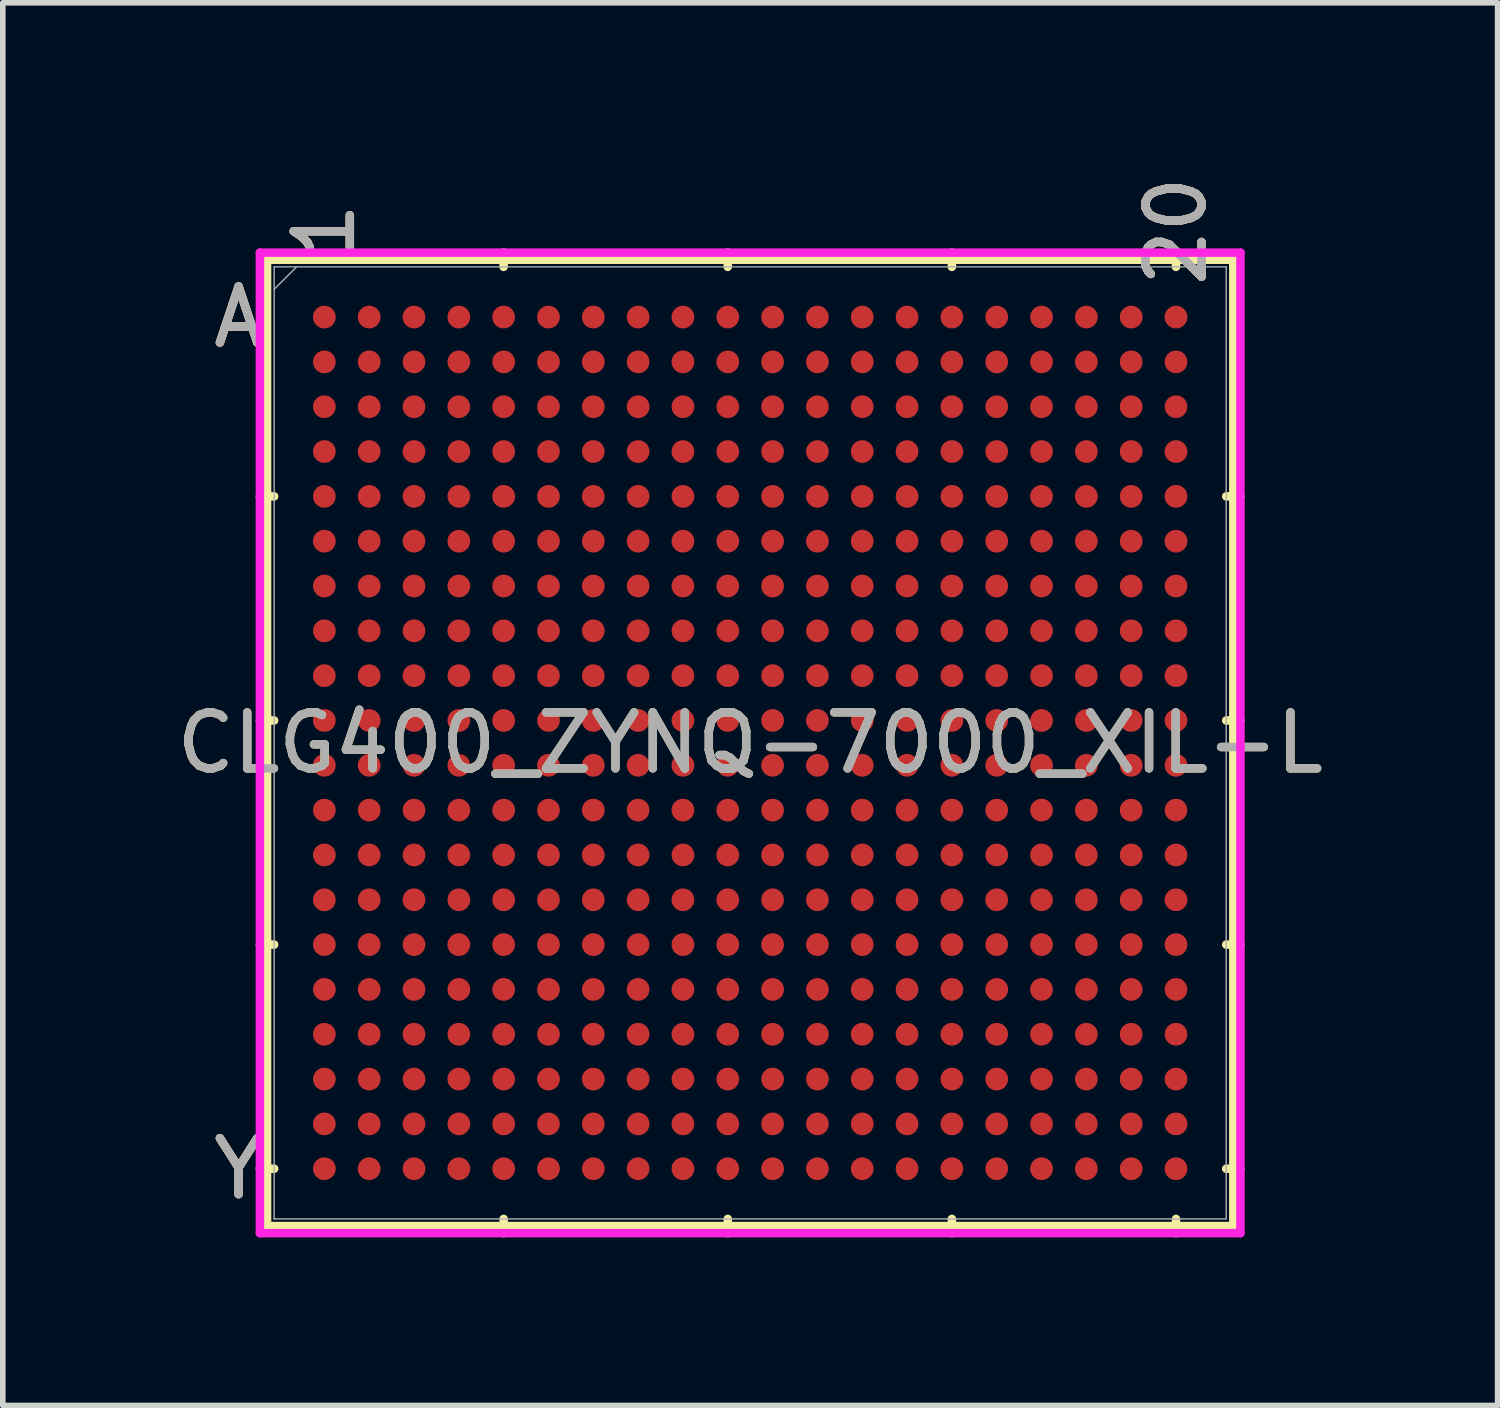
<source format=kicad_pcb>
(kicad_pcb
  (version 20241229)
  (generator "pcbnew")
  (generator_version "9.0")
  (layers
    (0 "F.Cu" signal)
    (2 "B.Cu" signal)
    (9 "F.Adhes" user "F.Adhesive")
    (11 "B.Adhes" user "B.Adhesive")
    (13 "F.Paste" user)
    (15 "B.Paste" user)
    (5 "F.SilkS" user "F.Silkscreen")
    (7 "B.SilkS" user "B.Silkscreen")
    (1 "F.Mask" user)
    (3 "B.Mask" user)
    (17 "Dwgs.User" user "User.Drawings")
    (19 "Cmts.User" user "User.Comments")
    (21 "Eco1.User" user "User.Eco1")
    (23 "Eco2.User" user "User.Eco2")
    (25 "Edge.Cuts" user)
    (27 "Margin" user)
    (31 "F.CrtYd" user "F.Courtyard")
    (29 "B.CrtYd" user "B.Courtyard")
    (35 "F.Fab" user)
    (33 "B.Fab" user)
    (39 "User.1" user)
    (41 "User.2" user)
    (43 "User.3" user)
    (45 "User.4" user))
  (footprint "CLG400_ZYNQ-7000_XIL-L"
    (layer "F.Cu")
    (at 10.339 10.209)
    (property "Reference" "CLG400_ZYNQ-7000_XIL-L" (at 0 0 0) (unlocked yes) (layer "F.SilkS") (effects (font (size 1 1) (thickness 0.15))))
    (attr smd)
    (fp_line (start -8.623 -8.623) (end -8.623 8.623) (stroke (width 0.152) (type solid)) (layer "F.SilkS"))
    (fp_line (start -8.623 8.623) (end 8.623 8.623) (stroke (width 0.152) (type solid)) (layer "F.SilkS"))
    (fp_line (start -8.496 -4.4) (end -8.75 -4.4) (stroke (width 0.152) (type solid)) (layer "F.SilkS"))
    (fp_line (start -8.496 -0.4) (end -8.75 -0.4) (stroke (width 0.152) (type solid)) (layer "F.SilkS"))
    (fp_line (start -8.496 3.6) (end -8.75 3.6) (stroke (width 0.152) (type solid)) (layer "F.SilkS"))
    (fp_line (start -8.496 7.6) (end -8.75 7.6) (stroke (width 0.152) (type solid)) (layer "F.SilkS"))
    (fp_line (start -4.4 -8.496) (end -4.4 -8.75) (stroke (width 0.152) (type solid)) (layer "F.SilkS"))
    (fp_line (start -4.4 8.496) (end -4.4 8.75) (stroke (width 0.152) (type solid)) (layer "F.SilkS"))
    (fp_line (start -0.4 -8.496) (end -0.4 -8.75) (stroke (width 0.152) (type solid)) (layer "F.SilkS"))
    (fp_line (start -0.4 8.496) (end -0.4 8.75) (stroke (width 0.152) (type solid)) (layer "F.SilkS"))
    (fp_line (start 3.6 -8.496) (end 3.6 -8.75) (stroke (width 0.152) (type solid)) (layer "F.SilkS"))
    (fp_line (start 3.6 8.496) (end 3.6 8.75) (stroke (width 0.152) (type solid)) (layer "F.SilkS"))
    (fp_line (start 7.6 -8.496) (end 7.6 -8.75) (stroke (width 0.152) (type solid)) (layer "F.SilkS"))
    (fp_line (start 7.6 8.496) (end 7.6 8.75) (stroke (width 0.152) (type solid)) (layer "F.SilkS"))
    (fp_line (start 8.496 -4.4) (end 8.75 -4.4) (stroke (width 0.152) (type solid)) (layer "F.SilkS"))
    (fp_line (start 8.496 -0.4) (end 8.75 -0.4) (stroke (width 0.152) (type solid)) (layer "F.SilkS"))
    (fp_line (start 8.496 3.6) (end 8.75 3.6) (stroke (width 0.152) (type solid)) (layer "F.SilkS"))
    (fp_line (start 8.496 7.6) (end 8.75 7.6) (stroke (width 0.152) (type solid)) (layer "F.SilkS"))
    (fp_line (start 8.623 -8.623) (end -8.623 -8.623) (stroke (width 0.152) (type solid)) (layer "F.SilkS"))
    (fp_line (start 8.623 8.623) (end 8.623 -8.623) (stroke (width 0.152) (type solid)) (layer "F.SilkS"))
    (fp_poly (pts (xy -8.444 -8.444) (xy 8.444 -8.444) (xy 8.444 8.444) (xy -8.444 8.444)) (stroke (width 0.1) (type solid)) (fill no) (layer "Eco2.User"))
    (fp_line (start -8.75 -8.75) (end 8.75 -8.75) (stroke (width 0.152) (type solid)) (layer "F.CrtYd"))
    (fp_line (start -8.75 8.75) (end -8.75 -8.75) (stroke (width 0.152) (type solid)) (layer "F.CrtYd"))
    (fp_line (start 8.75 -8.75) (end 8.75 8.75) (stroke (width 0.152) (type solid)) (layer "F.CrtYd"))
    (fp_line (start 8.75 8.75) (end -8.75 8.75) (stroke (width 0.152) (type solid)) (layer "F.CrtYd"))
    (fp_line (start -8.496 -8.496) (end -8.496 8.496) (stroke (width 0.025) (type solid)) (layer "F.Fab"))
    (fp_line (start -8.496 8.496) (end 8.496 8.496) (stroke (width 0.025) (type solid)) (layer "F.Fab"))
    (fp_line (start -8.096 -8.496) (end -8.496 -8.096) (stroke (width 0.025) (type solid)) (layer "F.Fab"))
    (fp_line (start 8.496 -8.496) (end -8.496 -8.496) (stroke (width 0.025) (type solid)) (layer "F.Fab"))
    (fp_line (start 8.496 8.496) (end 8.496 -8.496) (stroke (width 0.025) (type solid)) (layer "F.Fab"))
    (fp_text user "20" (at 7.6 -9.131 90) (unlocked yes) (layer "F.SilkS") (effects (font (size 1 1) (thickness 0.15))))
    (fp_text user "A" (at -9.131 -7.6 0) (unlocked yes) (layer "F.SilkS") (effects (font (size 1 1) (thickness 0.15))))
    (fp_text user "1" (at -7.6 -9.131 90) (unlocked yes) (layer "F.SilkS") (effects (font (size 1 1) (thickness 0.15))))
    (fp_text user "Y" (at -9.131 7.6 0) (unlocked yes) (layer "F.SilkS") (effects (font (size 1 1) (thickness 0.15))))
    (fp_text user "20" (at 7.6 -9.131 90) (unlocked yes) (layer "B.SilkS") (effects (font (size 1 1) (thickness 0.15))))
    (fp_text user "Y" (at -9.131 7.6 0) (unlocked yes) (layer "B.SilkS") (effects (font (size 1 1) (thickness 0.15))))
    (fp_text user "1" (at -7.6 -9.131 90) (unlocked yes) (layer "B.SilkS") (effects (font (size 1 1) (thickness 0.15))))
    (fp_text user "A" (at -9.131 -7.6 0) (unlocked yes) (layer "B.SilkS") (effects (font (size 1 1) (thickness 0.15))))
    (fp_text user "Y" (at -9.131 7.6 0) (unlocked yes) (layer "F.Fab") (effects (font (size 1 1) (thickness 0.15))))
    (fp_text user "A" (at -9.131 -7.6 0) (unlocked yes) (layer "F.Fab") (effects (font (size 1 1) (thickness 0.15))))
    (fp_text user "20" (at 7.6 -9.131 90) (unlocked yes) (layer "F.Fab") (effects (font (size 1 1) (thickness 0.15))))
    (fp_text user "1" (at -7.6 -9.131 90) (unlocked yes) (layer "F.Fab") (effects (font (size 1 1) (thickness 0.15))))
    (fp_text user "${REFERENCE}" (at 0 0 0) (unlocked yes) (layer "F.Fab") (effects (font (size 1 1) (thickness 0.15))))
    (pad "A1" smd circle (at -7.6 -7.6) (size 0.406 0.406) (layers "F.Cu" "F.Mask" "F.Paste"))
    (pad "A2" smd circle (at -6.8 -7.6) (size 0.406 0.406) (layers "F.Cu" "F.Mask" "F.Paste"))
    (pad "A3" smd circle (at -6 -7.6) (size 0.406 0.406) (layers "F.Cu" "F.Mask" "F.Paste"))
    (pad "A4" smd circle (at -5.2 -7.6) (size 0.406 0.406) (layers "F.Cu" "F.Mask" "F.Paste"))
    (pad "A5" smd circle (at -4.4 -7.6) (size 0.406 0.406) (layers "F.Cu" "F.Mask" "F.Paste"))
    (pad "A6" smd circle (at -3.6 -7.6) (size 0.406 0.406) (layers "F.Cu" "F.Mask" "F.Paste"))
    (pad "A7" smd circle (at -2.8 -7.6) (size 0.406 0.406) (layers "F.Cu" "F.Mask" "F.Paste"))
    (pad "A8" smd circle (at -2 -7.6) (size 0.406 0.406) (layers "F.Cu" "F.Mask" "F.Paste"))
    (pad "A9" smd circle (at -1.2 -7.6) (size 0.406 0.406) (layers "F.Cu" "F.Mask" "F.Paste"))
    (pad "A10" smd circle (at -0.4 -7.6) (size 0.406 0.406) (layers "F.Cu" "F.Mask" "F.Paste"))
    (pad "A11" smd circle (at 0.4 -7.6) (size 0.406 0.406) (layers "F.Cu" "F.Mask" "F.Paste"))
    (pad "A12" smd circle (at 1.2 -7.6) (size 0.406 0.406) (layers "F.Cu" "F.Mask" "F.Paste"))
    (pad "A13" smd circle (at 2 -7.6) (size 0.406 0.406) (layers "F.Cu" "F.Mask" "F.Paste"))
    (pad "A14" smd circle (at 2.8 -7.6) (size 0.406 0.406) (layers "F.Cu" "F.Mask" "F.Paste"))
    (pad "A15" smd circle (at 3.6 -7.6) (size 0.406 0.406) (layers "F.Cu" "F.Mask" "F.Paste"))
    (pad "A16" smd circle (at 4.4 -7.6) (size 0.406 0.406) (layers "F.Cu" "F.Mask" "F.Paste"))
    (pad "A17" smd circle (at 5.2 -7.6) (size 0.406 0.406) (layers "F.Cu" "F.Mask" "F.Paste"))
    (pad "A18" smd circle (at 6 -7.6) (size 0.406 0.406) (layers "F.Cu" "F.Mask" "F.Paste"))
    (pad "A19" smd circle (at 6.8 -7.6) (size 0.406 0.406) (layers "F.Cu" "F.Mask" "F.Paste"))
    (pad "A20" smd circle (at 7.6 -7.6) (size 0.406 0.406) (layers "F.Cu" "F.Mask" "F.Paste"))
    (pad "B1" smd circle (at -7.6 -6.8) (size 0.406 0.406) (layers "F.Cu" "F.Mask" "F.Paste"))
    (pad "B2" smd circle (at -6.8 -6.8) (size 0.406 0.406) (layers "F.Cu" "F.Mask" "F.Paste"))
    (pad "B3" smd circle (at -6 -6.8) (size 0.406 0.406) (layers "F.Cu" "F.Mask" "F.Paste"))
    (pad "B4" smd circle (at -5.2 -6.8) (size 0.406 0.406) (layers "F.Cu" "F.Mask" "F.Paste"))
    (pad "B5" smd circle (at -4.4 -6.8) (size 0.406 0.406) (layers "F.Cu" "F.Mask" "F.Paste"))
    (pad "B6" smd circle (at -3.6 -6.8) (size 0.406 0.406) (layers "F.Cu" "F.Mask" "F.Paste"))
    (pad "B7" smd circle (at -2.8 -6.8) (size 0.406 0.406) (layers "F.Cu" "F.Mask" "F.Paste"))
    (pad "B8" smd circle (at -2 -6.8) (size 0.406 0.406) (layers "F.Cu" "F.Mask" "F.Paste"))
    (pad "B9" smd circle (at -1.2 -6.8) (size 0.406 0.406) (layers "F.Cu" "F.Mask" "F.Paste"))
    (pad "B10" smd circle (at -0.4 -6.8) (size 0.406 0.406) (layers "F.Cu" "F.Mask" "F.Paste"))
    (pad "B11" smd circle (at 0.4 -6.8) (size 0.406 0.406) (layers "F.Cu" "F.Mask" "F.Paste"))
    (pad "B12" smd circle (at 1.2 -6.8) (size 0.406 0.406) (layers "F.Cu" "F.Mask" "F.Paste"))
    (pad "B13" smd circle (at 2 -6.8) (size 0.406 0.406) (layers "F.Cu" "F.Mask" "F.Paste"))
    (pad "B14" smd circle (at 2.8 -6.8) (size 0.406 0.406) (layers "F.Cu" "F.Mask" "F.Paste"))
    (pad "B15" smd circle (at 3.6 -6.8) (size 0.406 0.406) (layers "F.Cu" "F.Mask" "F.Paste"))
    (pad "B16" smd circle (at 4.4 -6.8) (size 0.406 0.406) (layers "F.Cu" "F.Mask" "F.Paste"))
    (pad "B17" smd circle (at 5.2 -6.8) (size 0.406 0.406) (layers "F.Cu" "F.Mask" "F.Paste"))
    (pad "B18" smd circle (at 6 -6.8) (size 0.406 0.406) (layers "F.Cu" "F.Mask" "F.Paste"))
    (pad "B19" smd circle (at 6.8 -6.8) (size 0.406 0.406) (layers "F.Cu" "F.Mask" "F.Paste"))
    (pad "B20" smd circle (at 7.6 -6.8) (size 0.406 0.406) (layers "F.Cu" "F.Mask" "F.Paste"))
    (pad "C1" smd circle (at -7.6 -6) (size 0.406 0.406) (layers "F.Cu" "F.Mask" "F.Paste"))
    (pad "C2" smd circle (at -6.8 -6) (size 0.406 0.406) (layers "F.Cu" "F.Mask" "F.Paste"))
    (pad "C3" smd circle (at -6 -6) (size 0.406 0.406) (layers "F.Cu" "F.Mask" "F.Paste"))
    (pad "C4" smd circle (at -5.2 -6) (size 0.406 0.406) (layers "F.Cu" "F.Mask" "F.Paste"))
    (pad "C5" smd circle (at -4.4 -6) (size 0.406 0.406) (layers "F.Cu" "F.Mask" "F.Paste"))
    (pad "C6" smd circle (at -3.6 -6) (size 0.406 0.406) (layers "F.Cu" "F.Mask" "F.Paste"))
    (pad "C7" smd circle (at -2.8 -6) (size 0.406 0.406) (layers "F.Cu" "F.Mask" "F.Paste"))
    (pad "C8" smd circle (at -2 -6) (size 0.406 0.406) (layers "F.Cu" "F.Mask" "F.Paste"))
    (pad "C9" smd circle (at -1.2 -6) (size 0.406 0.406) (layers "F.Cu" "F.Mask" "F.Paste"))
    (pad "C10" smd circle (at -0.4 -6) (size 0.406 0.406) (layers "F.Cu" "F.Mask" "F.Paste"))
    (pad "C11" smd circle (at 0.4 -6) (size 0.406 0.406) (layers "F.Cu" "F.Mask" "F.Paste"))
    (pad "C12" smd circle (at 1.2 -6) (size 0.406 0.406) (layers "F.Cu" "F.Mask" "F.Paste"))
    (pad "C13" smd circle (at 2 -6) (size 0.406 0.406) (layers "F.Cu" "F.Mask" "F.Paste"))
    (pad "C14" smd circle (at 2.8 -6) (size 0.406 0.406) (layers "F.Cu" "F.Mask" "F.Paste"))
    (pad "C15" smd circle (at 3.6 -6) (size 0.406 0.406) (layers "F.Cu" "F.Mask" "F.Paste"))
    (pad "C16" smd circle (at 4.4 -6) (size 0.406 0.406) (layers "F.Cu" "F.Mask" "F.Paste"))
    (pad "C17" smd circle (at 5.2 -6) (size 0.406 0.406) (layers "F.Cu" "F.Mask" "F.Paste"))
    (pad "C18" smd circle (at 6 -6) (size 0.406 0.406) (layers "F.Cu" "F.Mask" "F.Paste"))
    (pad "C19" smd circle (at 6.8 -6) (size 0.406 0.406) (layers "F.Cu" "F.Mask" "F.Paste"))
    (pad "C20" smd circle (at 7.6 -6) (size 0.406 0.406) (layers "F.Cu" "F.Mask" "F.Paste"))
    (pad "D1" smd circle (at -7.6 -5.2) (size 0.406 0.406) (layers "F.Cu" "F.Mask" "F.Paste"))
    (pad "D2" smd circle (at -6.8 -5.2) (size 0.406 0.406) (layers "F.Cu" "F.Mask" "F.Paste"))
    (pad "D3" smd circle (at -6 -5.2) (size 0.406 0.406) (layers "F.Cu" "F.Mask" "F.Paste"))
    (pad "D4" smd circle (at -5.2 -5.2) (size 0.406 0.406) (layers "F.Cu" "F.Mask" "F.Paste"))
    (pad "D5" smd circle (at -4.4 -5.2) (size 0.406 0.406) (layers "F.Cu" "F.Mask" "F.Paste"))
    (pad "D6" smd circle (at -3.6 -5.2) (size 0.406 0.406) (layers "F.Cu" "F.Mask" "F.Paste"))
    (pad "D7" smd circle (at -2.8 -5.2) (size 0.406 0.406) (layers "F.Cu" "F.Mask" "F.Paste"))
    (pad "D8" smd circle (at -2 -5.2) (size 0.406 0.406) (layers "F.Cu" "F.Mask" "F.Paste"))
    (pad "D9" smd circle (at -1.2 -5.2) (size 0.406 0.406) (layers "F.Cu" "F.Mask" "F.Paste"))
    (pad "D10" smd circle (at -0.4 -5.2) (size 0.406 0.406) (layers "F.Cu" "F.Mask" "F.Paste"))
    (pad "D11" smd circle (at 0.4 -5.2) (size 0.406 0.406) (layers "F.Cu" "F.Mask" "F.Paste"))
    (pad "D12" smd circle (at 1.2 -5.2) (size 0.406 0.406) (layers "F.Cu" "F.Mask" "F.Paste"))
    (pad "D13" smd circle (at 2 -5.2) (size 0.406 0.406) (layers "F.Cu" "F.Mask" "F.Paste"))
    (pad "D14" smd circle (at 2.8 -5.2) (size 0.406 0.406) (layers "F.Cu" "F.Mask" "F.Paste"))
    (pad "D15" smd circle (at 3.6 -5.2) (size 0.406 0.406) (layers "F.Cu" "F.Mask" "F.Paste"))
    (pad "D16" smd circle (at 4.4 -5.2) (size 0.406 0.406) (layers "F.Cu" "F.Mask" "F.Paste"))
    (pad "D17" smd circle (at 5.2 -5.2) (size 0.406 0.406) (layers "F.Cu" "F.Mask" "F.Paste"))
    (pad "D18" smd circle (at 6 -5.2) (size 0.406 0.406) (layers "F.Cu" "F.Mask" "F.Paste"))
    (pad "D19" smd circle (at 6.8 -5.2) (size 0.406 0.406) (layers "F.Cu" "F.Mask" "F.Paste"))
    (pad "D20" smd circle (at 7.6 -5.2) (size 0.406 0.406) (layers "F.Cu" "F.Mask" "F.Paste"))
    (pad "E1" smd circle (at -7.6 -4.4) (size 0.406 0.406) (layers "F.Cu" "F.Mask" "F.Paste"))
    (pad "E2" smd circle (at -6.8 -4.4) (size 0.406 0.406) (layers "F.Cu" "F.Mask" "F.Paste"))
    (pad "E3" smd circle (at -6 -4.4) (size 0.406 0.406) (layers "F.Cu" "F.Mask" "F.Paste"))
    (pad "E4" smd circle (at -5.2 -4.4) (size 0.406 0.406) (layers "F.Cu" "F.Mask" "F.Paste"))
    (pad "E5" smd circle (at -4.4 -4.4) (size 0.406 0.406) (layers "F.Cu" "F.Mask" "F.Paste"))
    (pad "E6" smd circle (at -3.6 -4.4) (size 0.406 0.406) (layers "F.Cu" "F.Mask" "F.Paste"))
    (pad "E7" smd circle (at -2.8 -4.4) (size 0.406 0.406) (layers "F.Cu" "F.Mask" "F.Paste"))
    (pad "E8" smd circle (at -2 -4.4) (size 0.406 0.406) (layers "F.Cu" "F.Mask" "F.Paste"))
    (pad "E9" smd circle (at -1.2 -4.4) (size 0.406 0.406) (layers "F.Cu" "F.Mask" "F.Paste"))
    (pad "E10" smd circle (at -0.4 -4.4) (size 0.406 0.406) (layers "F.Cu" "F.Mask" "F.Paste"))
    (pad "E11" smd circle (at 0.4 -4.4) (size 0.406 0.406) (layers "F.Cu" "F.Mask" "F.Paste"))
    (pad "E12" smd circle (at 1.2 -4.4) (size 0.406 0.406) (layers "F.Cu" "F.Mask" "F.Paste"))
    (pad "E13" smd circle (at 2 -4.4) (size 0.406 0.406) (layers "F.Cu" "F.Mask" "F.Paste"))
    (pad "E14" smd circle (at 2.8 -4.4) (size 0.406 0.406) (layers "F.Cu" "F.Mask" "F.Paste"))
    (pad "E15" smd circle (at 3.6 -4.4) (size 0.406 0.406) (layers "F.Cu" "F.Mask" "F.Paste"))
    (pad "E16" smd circle (at 4.4 -4.4) (size 0.406 0.406) (layers "F.Cu" "F.Mask" "F.Paste"))
    (pad "E17" smd circle (at 5.2 -4.4) (size 0.406 0.406) (layers "F.Cu" "F.Mask" "F.Paste"))
    (pad "E18" smd circle (at 6 -4.4) (size 0.406 0.406) (layers "F.Cu" "F.Mask" "F.Paste"))
    (pad "E19" smd circle (at 6.8 -4.4) (size 0.406 0.406) (layers "F.Cu" "F.Mask" "F.Paste"))
    (pad "E20" smd circle (at 7.6 -4.4) (size 0.406 0.406) (layers "F.Cu" "F.Mask" "F.Paste"))
    (pad "F1" smd circle (at -7.6 -3.6) (size 0.406 0.406) (layers "F.Cu" "F.Mask" "F.Paste"))
    (pad "F2" smd circle (at -6.8 -3.6) (size 0.406 0.406) (layers "F.Cu" "F.Mask" "F.Paste"))
    (pad "F3" smd circle (at -6 -3.6) (size 0.406 0.406) (layers "F.Cu" "F.Mask" "F.Paste"))
    (pad "F4" smd circle (at -5.2 -3.6) (size 0.406 0.406) (layers "F.Cu" "F.Mask" "F.Paste"))
    (pad "F5" smd circle (at -4.4 -3.6) (size 0.406 0.406) (layers "F.Cu" "F.Mask" "F.Paste"))
    (pad "F6" smd circle (at -3.6 -3.6) (size 0.406 0.406) (layers "F.Cu" "F.Mask" "F.Paste"))
    (pad "F7" smd circle (at -2.8 -3.6) (size 0.406 0.406) (layers "F.Cu" "F.Mask" "F.Paste"))
    (pad "F8" smd circle (at -2 -3.6) (size 0.406 0.406) (layers "F.Cu" "F.Mask" "F.Paste"))
    (pad "F9" smd circle (at -1.2 -3.6) (size 0.406 0.406) (layers "F.Cu" "F.Mask" "F.Paste"))
    (pad "F10" smd circle (at -0.4 -3.6) (size 0.406 0.406) (layers "F.Cu" "F.Mask" "F.Paste"))
    (pad "F11" smd circle (at 0.4 -3.6) (size 0.406 0.406) (layers "F.Cu" "F.Mask" "F.Paste"))
    (pad "F12" smd circle (at 1.2 -3.6) (size 0.406 0.406) (layers "F.Cu" "F.Mask" "F.Paste"))
    (pad "F13" smd circle (at 2 -3.6) (size 0.406 0.406) (layers "F.Cu" "F.Mask" "F.Paste"))
    (pad "F14" smd circle (at 2.8 -3.6) (size 0.406 0.406) (layers "F.Cu" "F.Mask" "F.Paste"))
    (pad "F15" smd circle (at 3.6 -3.6) (size 0.406 0.406) (layers "F.Cu" "F.Mask" "F.Paste"))
    (pad "F16" smd circle (at 4.4 -3.6) (size 0.406 0.406) (layers "F.Cu" "F.Mask" "F.Paste"))
    (pad "F17" smd circle (at 5.2 -3.6) (size 0.406 0.406) (layers "F.Cu" "F.Mask" "F.Paste"))
    (pad "F18" smd circle (at 6 -3.6) (size 0.406 0.406) (layers "F.Cu" "F.Mask" "F.Paste"))
    (pad "F19" smd circle (at 6.8 -3.6) (size 0.406 0.406) (layers "F.Cu" "F.Mask" "F.Paste"))
    (pad "F20" smd circle (at 7.6 -3.6) (size 0.406 0.406) (layers "F.Cu" "F.Mask" "F.Paste"))
    (pad "G1" smd circle (at -7.6 -2.8) (size 0.406 0.406) (layers "F.Cu" "F.Mask" "F.Paste"))
    (pad "G2" smd circle (at -6.8 -2.8) (size 0.406 0.406) (layers "F.Cu" "F.Mask" "F.Paste"))
    (pad "G3" smd circle (at -6 -2.8) (size 0.406 0.406) (layers "F.Cu" "F.Mask" "F.Paste"))
    (pad "G4" smd circle (at -5.2 -2.8) (size 0.406 0.406) (layers "F.Cu" "F.Mask" "F.Paste"))
    (pad "G5" smd circle (at -4.4 -2.8) (size 0.406 0.406) (layers "F.Cu" "F.Mask" "F.Paste"))
    (pad "G6" smd circle (at -3.6 -2.8) (size 0.406 0.406) (layers "F.Cu" "F.Mask" "F.Paste"))
    (pad "G7" smd circle (at -2.8 -2.8) (size 0.406 0.406) (layers "F.Cu" "F.Mask" "F.Paste"))
    (pad "G8" smd circle (at -2 -2.8) (size 0.406 0.406) (layers "F.Cu" "F.Mask" "F.Paste"))
    (pad "G9" smd circle (at -1.2 -2.8) (size 0.406 0.406) (layers "F.Cu" "F.Mask" "F.Paste"))
    (pad "G10" smd circle (at -0.4 -2.8) (size 0.406 0.406) (layers "F.Cu" "F.Mask" "F.Paste"))
    (pad "G11" smd circle (at 0.4 -2.8) (size 0.406 0.406) (layers "F.Cu" "F.Mask" "F.Paste"))
    (pad "G12" smd circle (at 1.2 -2.8) (size 0.406 0.406) (layers "F.Cu" "F.Mask" "F.Paste"))
    (pad "G13" smd circle (at 2 -2.8) (size 0.406 0.406) (layers "F.Cu" "F.Mask" "F.Paste"))
    (pad "G14" smd circle (at 2.8 -2.8) (size 0.406 0.406) (layers "F.Cu" "F.Mask" "F.Paste"))
    (pad "G15" smd circle (at 3.6 -2.8) (size 0.406 0.406) (layers "F.Cu" "F.Mask" "F.Paste"))
    (pad "G16" smd circle (at 4.4 -2.8) (size 0.406 0.406) (layers "F.Cu" "F.Mask" "F.Paste"))
    (pad "G17" smd circle (at 5.2 -2.8) (size 0.406 0.406) (layers "F.Cu" "F.Mask" "F.Paste"))
    (pad "G18" smd circle (at 6 -2.8) (size 0.406 0.406) (layers "F.Cu" "F.Mask" "F.Paste"))
    (pad "G19" smd circle (at 6.8 -2.8) (size 0.406 0.406) (layers "F.Cu" "F.Mask" "F.Paste"))
    (pad "G20" smd circle (at 7.6 -2.8) (size 0.406 0.406) (layers "F.Cu" "F.Mask" "F.Paste"))
    (pad "H1" smd circle (at -7.6 -2) (size 0.406 0.406) (layers "F.Cu" "F.Mask" "F.Paste"))
    (pad "H2" smd circle (at -6.8 -2) (size 0.406 0.406) (layers "F.Cu" "F.Mask" "F.Paste"))
    (pad "H3" smd circle (at -6 -2) (size 0.406 0.406) (layers "F.Cu" "F.Mask" "F.Paste"))
    (pad "H4" smd circle (at -5.2 -2) (size 0.406 0.406) (layers "F.Cu" "F.Mask" "F.Paste"))
    (pad "H5" smd circle (at -4.4 -2) (size 0.406 0.406) (layers "F.Cu" "F.Mask" "F.Paste"))
    (pad "H6" smd circle (at -3.6 -2) (size 0.406 0.406) (layers "F.Cu" "F.Mask" "F.Paste"))
    (pad "H7" smd circle (at -2.8 -2) (size 0.406 0.406) (layers "F.Cu" "F.Mask" "F.Paste"))
    (pad "H8" smd circle (at -2 -2) (size 0.406 0.406) (layers "F.Cu" "F.Mask" "F.Paste"))
    (pad "H9" smd circle (at -1.2 -2) (size 0.406 0.406) (layers "F.Cu" "F.Mask" "F.Paste"))
    (pad "H10" smd circle (at -0.4 -2) (size 0.406 0.406) (layers "F.Cu" "F.Mask" "F.Paste"))
    (pad "H11" smd circle (at 0.4 -2) (size 0.406 0.406) (layers "F.Cu" "F.Mask" "F.Paste"))
    (pad "H12" smd circle (at 1.2 -2) (size 0.406 0.406) (layers "F.Cu" "F.Mask" "F.Paste"))
    (pad "H13" smd circle (at 2 -2) (size 0.406 0.406) (layers "F.Cu" "F.Mask" "F.Paste"))
    (pad "H14" smd circle (at 2.8 -2) (size 0.406 0.406) (layers "F.Cu" "F.Mask" "F.Paste"))
    (pad "H15" smd circle (at 3.6 -2) (size 0.406 0.406) (layers "F.Cu" "F.Mask" "F.Paste"))
    (pad "H16" smd circle (at 4.4 -2) (size 0.406 0.406) (layers "F.Cu" "F.Mask" "F.Paste"))
    (pad "H17" smd circle (at 5.2 -2) (size 0.406 0.406) (layers "F.Cu" "F.Mask" "F.Paste"))
    (pad "H18" smd circle (at 6 -2) (size 0.406 0.406) (layers "F.Cu" "F.Mask" "F.Paste"))
    (pad "H19" smd circle (at 6.8 -2) (size 0.406 0.406) (layers "F.Cu" "F.Mask" "F.Paste"))
    (pad "H20" smd circle (at 7.6 -2) (size 0.406 0.406) (layers "F.Cu" "F.Mask" "F.Paste"))
    (pad "J1" smd circle (at -7.6 -1.2) (size 0.406 0.406) (layers "F.Cu" "F.Mask" "F.Paste"))
    (pad "J2" smd circle (at -6.8 -1.2) (size 0.406 0.406) (layers "F.Cu" "F.Mask" "F.Paste"))
    (pad "J3" smd circle (at -6 -1.2) (size 0.406 0.406) (layers "F.Cu" "F.Mask" "F.Paste"))
    (pad "J4" smd circle (at -5.2 -1.2) (size 0.406 0.406) (layers "F.Cu" "F.Mask" "F.Paste"))
    (pad "J5" smd circle (at -4.4 -1.2) (size 0.406 0.406) (layers "F.Cu" "F.Mask" "F.Paste"))
    (pad "J6" smd circle (at -3.6 -1.2) (size 0.406 0.406) (layers "F.Cu" "F.Mask" "F.Paste"))
    (pad "J7" smd circle (at -2.8 -1.2) (size 0.406 0.406) (layers "F.Cu" "F.Mask" "F.Paste"))
    (pad "J8" smd circle (at -2 -1.2) (size 0.406 0.406) (layers "F.Cu" "F.Mask" "F.Paste"))
    (pad "J9" smd circle (at -1.2 -1.2) (size 0.406 0.406) (layers "F.Cu" "F.Mask" "F.Paste"))
    (pad "J10" smd circle (at -0.4 -1.2) (size 0.406 0.406) (layers "F.Cu" "F.Mask" "F.Paste"))
    (pad "J11" smd circle (at 0.4 -1.2) (size 0.406 0.406) (layers "F.Cu" "F.Mask" "F.Paste"))
    (pad "J12" smd circle (at 1.2 -1.2) (size 0.406 0.406) (layers "F.Cu" "F.Mask" "F.Paste"))
    (pad "J13" smd circle (at 2 -1.2) (size 0.406 0.406) (layers "F.Cu" "F.Mask" "F.Paste"))
    (pad "J14" smd circle (at 2.8 -1.2) (size 0.406 0.406) (layers "F.Cu" "F.Mask" "F.Paste"))
    (pad "J15" smd circle (at 3.6 -1.2) (size 0.406 0.406) (layers "F.Cu" "F.Mask" "F.Paste"))
    (pad "J16" smd circle (at 4.4 -1.2) (size 0.406 0.406) (layers "F.Cu" "F.Mask" "F.Paste"))
    (pad "J17" smd circle (at 5.2 -1.2) (size 0.406 0.406) (layers "F.Cu" "F.Mask" "F.Paste"))
    (pad "J18" smd circle (at 6 -1.2) (size 0.406 0.406) (layers "F.Cu" "F.Mask" "F.Paste"))
    (pad "J19" smd circle (at 6.8 -1.2) (size 0.406 0.406) (layers "F.Cu" "F.Mask" "F.Paste"))
    (pad "J20" smd circle (at 7.6 -1.2) (size 0.406 0.406) (layers "F.Cu" "F.Mask" "F.Paste"))
    (pad "K1" smd circle (at -7.6 -0.4) (size 0.406 0.406) (layers "F.Cu" "F.Mask" "F.Paste"))
    (pad "K2" smd circle (at -6.8 -0.4) (size 0.406 0.406) (layers "F.Cu" "F.Mask" "F.Paste"))
    (pad "K3" smd circle (at -6 -0.4) (size 0.406 0.406) (layers "F.Cu" "F.Mask" "F.Paste"))
    (pad "K4" smd circle (at -5.2 -0.4) (size 0.406 0.406) (layers "F.Cu" "F.Mask" "F.Paste"))
    (pad "K5" smd circle (at -4.4 -0.4) (size 0.406 0.406) (layers "F.Cu" "F.Mask" "F.Paste"))
    (pad "K6" smd circle (at -3.6 -0.4) (size 0.406 0.406) (layers "F.Cu" "F.Mask" "F.Paste"))
    (pad "K7" smd circle (at -2.8 -0.4) (size 0.406 0.406) (layers "F.Cu" "F.Mask" "F.Paste"))
    (pad "K8" smd circle (at -2 -0.4) (size 0.406 0.406) (layers "F.Cu" "F.Mask" "F.Paste"))
    (pad "K9" smd circle (at -1.2 -0.4) (size 0.406 0.406) (layers "F.Cu" "F.Mask" "F.Paste"))
    (pad "K10" smd circle (at -0.4 -0.4) (size 0.406 0.406) (layers "F.Cu" "F.Mask" "F.Paste"))
    (pad "K11" smd circle (at 0.4 -0.4) (size 0.406 0.406) (layers "F.Cu" "F.Mask" "F.Paste"))
    (pad "K12" smd circle (at 1.2 -0.4) (size 0.406 0.406) (layers "F.Cu" "F.Mask" "F.Paste"))
    (pad "K13" smd circle (at 2 -0.4) (size 0.406 0.406) (layers "F.Cu" "F.Mask" "F.Paste"))
    (pad "K14" smd circle (at 2.8 -0.4) (size 0.406 0.406) (layers "F.Cu" "F.Mask" "F.Paste"))
    (pad "K15" smd circle (at 3.6 -0.4) (size 0.406 0.406) (layers "F.Cu" "F.Mask" "F.Paste"))
    (pad "K16" smd circle (at 4.4 -0.4) (size 0.406 0.406) (layers "F.Cu" "F.Mask" "F.Paste"))
    (pad "K17" smd circle (at 5.2 -0.4) (size 0.406 0.406) (layers "F.Cu" "F.Mask" "F.Paste"))
    (pad "K18" smd circle (at 6 -0.4) (size 0.406 0.406) (layers "F.Cu" "F.Mask" "F.Paste"))
    (pad "K19" smd circle (at 6.8 -0.4) (size 0.406 0.406) (layers "F.Cu" "F.Mask" "F.Paste"))
    (pad "K20" smd circle (at 7.6 -0.4) (size 0.406 0.406) (layers "F.Cu" "F.Mask" "F.Paste"))
    (pad "L1" smd circle (at -7.6 0.4) (size 0.406 0.406) (layers "F.Cu" "F.Mask" "F.Paste"))
    (pad "L2" smd circle (at -6.8 0.4) (size 0.406 0.406) (layers "F.Cu" "F.Mask" "F.Paste"))
    (pad "L3" smd circle (at -6 0.4) (size 0.406 0.406) (layers "F.Cu" "F.Mask" "F.Paste"))
    (pad "L4" smd circle (at -5.2 0.4) (size 0.406 0.406) (layers "F.Cu" "F.Mask" "F.Paste"))
    (pad "L5" smd circle (at -4.4 0.4) (size 0.406 0.406) (layers "F.Cu" "F.Mask" "F.Paste"))
    (pad "L6" smd circle (at -3.6 0.4) (size 0.406 0.406) (layers "F.Cu" "F.Mask" "F.Paste"))
    (pad "L7" smd circle (at -2.8 0.4) (size 0.406 0.406) (layers "F.Cu" "F.Mask" "F.Paste"))
    (pad "L8" smd circle (at -2 0.4) (size 0.406 0.406) (layers "F.Cu" "F.Mask" "F.Paste"))
    (pad "L9" smd circle (at -1.2 0.4) (size 0.406 0.406) (layers "F.Cu" "F.Mask" "F.Paste"))
    (pad "L10" smd circle (at -0.4 0.4) (size 0.406 0.406) (layers "F.Cu" "F.Mask" "F.Paste"))
    (pad "L11" smd circle (at 0.4 0.4) (size 0.406 0.406) (layers "F.Cu" "F.Mask" "F.Paste"))
    (pad "L12" smd circle (at 1.2 0.4) (size 0.406 0.406) (layers "F.Cu" "F.Mask" "F.Paste"))
    (pad "L13" smd circle (at 2 0.4) (size 0.406 0.406) (layers "F.Cu" "F.Mask" "F.Paste"))
    (pad "L14" smd circle (at 2.8 0.4) (size 0.406 0.406) (layers "F.Cu" "F.Mask" "F.Paste"))
    (pad "L15" smd circle (at 3.6 0.4) (size 0.406 0.406) (layers "F.Cu" "F.Mask" "F.Paste"))
    (pad "L16" smd circle (at 4.4 0.4) (size 0.406 0.406) (layers "F.Cu" "F.Mask" "F.Paste"))
    (pad "L17" smd circle (at 5.2 0.4) (size 0.406 0.406) (layers "F.Cu" "F.Mask" "F.Paste"))
    (pad "L18" smd circle (at 6 0.4) (size 0.406 0.406) (layers "F.Cu" "F.Mask" "F.Paste"))
    (pad "L19" smd circle (at 6.8 0.4) (size 0.406 0.406) (layers "F.Cu" "F.Mask" "F.Paste"))
    (pad "L20" smd circle (at 7.6 0.4) (size 0.406 0.406) (layers "F.Cu" "F.Mask" "F.Paste"))
    (pad "M1" smd circle (at -7.6 1.2) (size 0.406 0.406) (layers "F.Cu" "F.Mask" "F.Paste"))
    (pad "M2" smd circle (at -6.8 1.2) (size 0.406 0.406) (layers "F.Cu" "F.Mask" "F.Paste"))
    (pad "M3" smd circle (at -6 1.2) (size 0.406 0.406) (layers "F.Cu" "F.Mask" "F.Paste"))
    (pad "M4" smd circle (at -5.2 1.2) (size 0.406 0.406) (layers "F.Cu" "F.Mask" "F.Paste"))
    (pad "M5" smd circle (at -4.4 1.2) (size 0.406 0.406) (layers "F.Cu" "F.Mask" "F.Paste"))
    (pad "M6" smd circle (at -3.6 1.2) (size 0.406 0.406) (layers "F.Cu" "F.Mask" "F.Paste"))
    (pad "M7" smd circle (at -2.8 1.2) (size 0.406 0.406) (layers "F.Cu" "F.Mask" "F.Paste"))
    (pad "M8" smd circle (at -2 1.2) (size 0.406 0.406) (layers "F.Cu" "F.Mask" "F.Paste"))
    (pad "M9" smd circle (at -1.2 1.2) (size 0.406 0.406) (layers "F.Cu" "F.Mask" "F.Paste"))
    (pad "M10" smd circle (at -0.4 1.2) (size 0.406 0.406) (layers "F.Cu" "F.Mask" "F.Paste"))
    (pad "M11" smd circle (at 0.4 1.2) (size 0.406 0.406) (layers "F.Cu" "F.Mask" "F.Paste"))
    (pad "M12" smd circle (at 1.2 1.2) (size 0.406 0.406) (layers "F.Cu" "F.Mask" "F.Paste"))
    (pad "M13" smd circle (at 2 1.2) (size 0.406 0.406) (layers "F.Cu" "F.Mask" "F.Paste"))
    (pad "M14" smd circle (at 2.8 1.2) (size 0.406 0.406) (layers "F.Cu" "F.Mask" "F.Paste"))
    (pad "M15" smd circle (at 3.6 1.2) (size 0.406 0.406) (layers "F.Cu" "F.Mask" "F.Paste"))
    (pad "M16" smd circle (at 4.4 1.2) (size 0.406 0.406) (layers "F.Cu" "F.Mask" "F.Paste"))
    (pad "M17" smd circle (at 5.2 1.2) (size 0.406 0.406) (layers "F.Cu" "F.Mask" "F.Paste"))
    (pad "M18" smd circle (at 6 1.2) (size 0.406 0.406) (layers "F.Cu" "F.Mask" "F.Paste"))
    (pad "M19" smd circle (at 6.8 1.2) (size 0.406 0.406) (layers "F.Cu" "F.Mask" "F.Paste"))
    (pad "M20" smd circle (at 7.6 1.2) (size 0.406 0.406) (layers "F.Cu" "F.Mask" "F.Paste"))
    (pad "N1" smd circle (at -7.6 2) (size 0.406 0.406) (layers "F.Cu" "F.Mask" "F.Paste"))
    (pad "N2" smd circle (at -6.8 2) (size 0.406 0.406) (layers "F.Cu" "F.Mask" "F.Paste"))
    (pad "N3" smd circle (at -6 2) (size 0.406 0.406) (layers "F.Cu" "F.Mask" "F.Paste"))
    (pad "N4" smd circle (at -5.2 2) (size 0.406 0.406) (layers "F.Cu" "F.Mask" "F.Paste"))
    (pad "N5" smd circle (at -4.4 2) (size 0.406 0.406) (layers "F.Cu" "F.Mask" "F.Paste"))
    (pad "N6" smd circle (at -3.6 2) (size 0.406 0.406) (layers "F.Cu" "F.Mask" "F.Paste"))
    (pad "N7" smd circle (at -2.8 2) (size 0.406 0.406) (layers "F.Cu" "F.Mask" "F.Paste"))
    (pad "N8" smd circle (at -2 2) (size 0.406 0.406) (layers "F.Cu" "F.Mask" "F.Paste"))
    (pad "N9" smd circle (at -1.2 2) (size 0.406 0.406) (layers "F.Cu" "F.Mask" "F.Paste"))
    (pad "N10" smd circle (at -0.4 2) (size 0.406 0.406) (layers "F.Cu" "F.Mask" "F.Paste"))
    (pad "N11" smd circle (at 0.4 2) (size 0.406 0.406) (layers "F.Cu" "F.Mask" "F.Paste"))
    (pad "N12" smd circle (at 1.2 2) (size 0.406 0.406) (layers "F.Cu" "F.Mask" "F.Paste"))
    (pad "N13" smd circle (at 2 2) (size 0.406 0.406) (layers "F.Cu" "F.Mask" "F.Paste"))
    (pad "N14" smd circle (at 2.8 2) (size 0.406 0.406) (layers "F.Cu" "F.Mask" "F.Paste"))
    (pad "N15" smd circle (at 3.6 2) (size 0.406 0.406) (layers "F.Cu" "F.Mask" "F.Paste"))
    (pad "N16" smd circle (at 4.4 2) (size 0.406 0.406) (layers "F.Cu" "F.Mask" "F.Paste"))
    (pad "N17" smd circle (at 5.2 2) (size 0.406 0.406) (layers "F.Cu" "F.Mask" "F.Paste"))
    (pad "N18" smd circle (at 6 2) (size 0.406 0.406) (layers "F.Cu" "F.Mask" "F.Paste"))
    (pad "N19" smd circle (at 6.8 2) (size 0.406 0.406) (layers "F.Cu" "F.Mask" "F.Paste"))
    (pad "N20" smd circle (at 7.6 2) (size 0.406 0.406) (layers "F.Cu" "F.Mask" "F.Paste"))
    (pad "P1" smd circle (at -7.6 2.8) (size 0.406 0.406) (layers "F.Cu" "F.Mask" "F.Paste"))
    (pad "P2" smd circle (at -6.8 2.8) (size 0.406 0.406) (layers "F.Cu" "F.Mask" "F.Paste"))
    (pad "P3" smd circle (at -6 2.8) (size 0.406 0.406) (layers "F.Cu" "F.Mask" "F.Paste"))
    (pad "P4" smd circle (at -5.2 2.8) (size 0.406 0.406) (layers "F.Cu" "F.Mask" "F.Paste"))
    (pad "P5" smd circle (at -4.4 2.8) (size 0.406 0.406) (layers "F.Cu" "F.Mask" "F.Paste"))
    (pad "P6" smd circle (at -3.6 2.8) (size 0.406 0.406) (layers "F.Cu" "F.Mask" "F.Paste"))
    (pad "P7" smd circle (at -2.8 2.8) (size 0.406 0.406) (layers "F.Cu" "F.Mask" "F.Paste"))
    (pad "P8" smd circle (at -2 2.8) (size 0.406 0.406) (layers "F.Cu" "F.Mask" "F.Paste"))
    (pad "P9" smd circle (at -1.2 2.8) (size 0.406 0.406) (layers "F.Cu" "F.Mask" "F.Paste"))
    (pad "P10" smd circle (at -0.4 2.8) (size 0.406 0.406) (layers "F.Cu" "F.Mask" "F.Paste"))
    (pad "P11" smd circle (at 0.4 2.8) (size 0.406 0.406) (layers "F.Cu" "F.Mask" "F.Paste"))
    (pad "P12" smd circle (at 1.2 2.8) (size 0.406 0.406) (layers "F.Cu" "F.Mask" "F.Paste"))
    (pad "P13" smd circle (at 2 2.8) (size 0.406 0.406) (layers "F.Cu" "F.Mask" "F.Paste"))
    (pad "P14" smd circle (at 2.8 2.8) (size 0.406 0.406) (layers "F.Cu" "F.Mask" "F.Paste"))
    (pad "P15" smd circle (at 3.6 2.8) (size 0.406 0.406) (layers "F.Cu" "F.Mask" "F.Paste"))
    (pad "P16" smd circle (at 4.4 2.8) (size 0.406 0.406) (layers "F.Cu" "F.Mask" "F.Paste"))
    (pad "P17" smd circle (at 5.2 2.8) (size 0.406 0.406) (layers "F.Cu" "F.Mask" "F.Paste"))
    (pad "P18" smd circle (at 6 2.8) (size 0.406 0.406) (layers "F.Cu" "F.Mask" "F.Paste"))
    (pad "P19" smd circle (at 6.8 2.8) (size 0.406 0.406) (layers "F.Cu" "F.Mask" "F.Paste"))
    (pad "P20" smd circle (at 7.6 2.8) (size 0.406 0.406) (layers "F.Cu" "F.Mask" "F.Paste"))
    (pad "R1" smd circle (at -7.6 3.6) (size 0.406 0.406) (layers "F.Cu" "F.Mask" "F.Paste"))
    (pad "R2" smd circle (at -6.8 3.6) (size 0.406 0.406) (layers "F.Cu" "F.Mask" "F.Paste"))
    (pad "R3" smd circle (at -6 3.6) (size 0.406 0.406) (layers "F.Cu" "F.Mask" "F.Paste"))
    (pad "R4" smd circle (at -5.2 3.6) (size 0.406 0.406) (layers "F.Cu" "F.Mask" "F.Paste"))
    (pad "R5" smd circle (at -4.4 3.6) (size 0.406 0.406) (layers "F.Cu" "F.Mask" "F.Paste"))
    (pad "R6" smd circle (at -3.6 3.6) (size 0.406 0.406) (layers "F.Cu" "F.Mask" "F.Paste"))
    (pad "R7" smd circle (at -2.8 3.6) (size 0.406 0.406) (layers "F.Cu" "F.Mask" "F.Paste"))
    (pad "R8" smd circle (at -2 3.6) (size 0.406 0.406) (layers "F.Cu" "F.Mask" "F.Paste"))
    (pad "R9" smd circle (at -1.2 3.6) (size 0.406 0.406) (layers "F.Cu" "F.Mask" "F.Paste"))
    (pad "R10" smd circle (at -0.4 3.6) (size 0.406 0.406) (layers "F.Cu" "F.Mask" "F.Paste"))
    (pad "R11" smd circle (at 0.4 3.6) (size 0.406 0.406) (layers "F.Cu" "F.Mask" "F.Paste"))
    (pad "R12" smd circle (at 1.2 3.6) (size 0.406 0.406) (layers "F.Cu" "F.Mask" "F.Paste"))
    (pad "R13" smd circle (at 2 3.6) (size 0.406 0.406) (layers "F.Cu" "F.Mask" "F.Paste"))
    (pad "R14" smd circle (at 2.8 3.6) (size 0.406 0.406) (layers "F.Cu" "F.Mask" "F.Paste"))
    (pad "R15" smd circle (at 3.6 3.6) (size 0.406 0.406) (layers "F.Cu" "F.Mask" "F.Paste"))
    (pad "R16" smd circle (at 4.4 3.6) (size 0.406 0.406) (layers "F.Cu" "F.Mask" "F.Paste"))
    (pad "R17" smd circle (at 5.2 3.6) (size 0.406 0.406) (layers "F.Cu" "F.Mask" "F.Paste"))
    (pad "R18" smd circle (at 6 3.6) (size 0.406 0.406) (layers "F.Cu" "F.Mask" "F.Paste"))
    (pad "R19" smd circle (at 6.8 3.6) (size 0.406 0.406) (layers "F.Cu" "F.Mask" "F.Paste"))
    (pad "R20" smd circle (at 7.6 3.6) (size 0.406 0.406) (layers "F.Cu" "F.Mask" "F.Paste"))
    (pad "T1" smd circle (at -7.6 4.4) (size 0.406 0.406) (layers "F.Cu" "F.Mask" "F.Paste"))
    (pad "T2" smd circle (at -6.8 4.4) (size 0.406 0.406) (layers "F.Cu" "F.Mask" "F.Paste"))
    (pad "T3" smd circle (at -6 4.4) (size 0.406 0.406) (layers "F.Cu" "F.Mask" "F.Paste"))
    (pad "T4" smd circle (at -5.2 4.4) (size 0.406 0.406) (layers "F.Cu" "F.Mask" "F.Paste"))
    (pad "T5" smd circle (at -4.4 4.4) (size 0.406 0.406) (layers "F.Cu" "F.Mask" "F.Paste"))
    (pad "T6" smd circle (at -3.6 4.4) (size 0.406 0.406) (layers "F.Cu" "F.Mask" "F.Paste"))
    (pad "T7" smd circle (at -2.8 4.4) (size 0.406 0.406) (layers "F.Cu" "F.Mask" "F.Paste"))
    (pad "T8" smd circle (at -2 4.4) (size 0.406 0.406) (layers "F.Cu" "F.Mask" "F.Paste"))
    (pad "T9" smd circle (at -1.2 4.4) (size 0.406 0.406) (layers "F.Cu" "F.Mask" "F.Paste"))
    (pad "T10" smd circle (at -0.4 4.4) (size 0.406 0.406) (layers "F.Cu" "F.Mask" "F.Paste"))
    (pad "T11" smd circle (at 0.4 4.4) (size 0.406 0.406) (layers "F.Cu" "F.Mask" "F.Paste"))
    (pad "T12" smd circle (at 1.2 4.4) (size 0.406 0.406) (layers "F.Cu" "F.Mask" "F.Paste"))
    (pad "T13" smd circle (at 2 4.4) (size 0.406 0.406) (layers "F.Cu" "F.Mask" "F.Paste"))
    (pad "T14" smd circle (at 2.8 4.4) (size 0.406 0.406) (layers "F.Cu" "F.Mask" "F.Paste"))
    (pad "T15" smd circle (at 3.6 4.4) (size 0.406 0.406) (layers "F.Cu" "F.Mask" "F.Paste"))
    (pad "T16" smd circle (at 4.4 4.4) (size 0.406 0.406) (layers "F.Cu" "F.Mask" "F.Paste"))
    (pad "T17" smd circle (at 5.2 4.4) (size 0.406 0.406) (layers "F.Cu" "F.Mask" "F.Paste"))
    (pad "T18" smd circle (at 6 4.4) (size 0.406 0.406) (layers "F.Cu" "F.Mask" "F.Paste"))
    (pad "T19" smd circle (at 6.8 4.4) (size 0.406 0.406) (layers "F.Cu" "F.Mask" "F.Paste"))
    (pad "T20" smd circle (at 7.6 4.4) (size 0.406 0.406) (layers "F.Cu" "F.Mask" "F.Paste"))
    (pad "U1" smd circle (at -7.6 5.2) (size 0.406 0.406) (layers "F.Cu" "F.Mask" "F.Paste"))
    (pad "U2" smd circle (at -6.8 5.2) (size 0.406 0.406) (layers "F.Cu" "F.Mask" "F.Paste"))
    (pad "U3" smd circle (at -6 5.2) (size 0.406 0.406) (layers "F.Cu" "F.Mask" "F.Paste"))
    (pad "U4" smd circle (at -5.2 5.2) (size 0.406 0.406) (layers "F.Cu" "F.Mask" "F.Paste"))
    (pad "U5" smd circle (at -4.4 5.2) (size 0.406 0.406) (layers "F.Cu" "F.Mask" "F.Paste"))
    (pad "U6" smd circle (at -3.6 5.2) (size 0.406 0.406) (layers "F.Cu" "F.Mask" "F.Paste"))
    (pad "U7" smd circle (at -2.8 5.2) (size 0.406 0.406) (layers "F.Cu" "F.Mask" "F.Paste"))
    (pad "U8" smd circle (at -2 5.2) (size 0.406 0.406) (layers "F.Cu" "F.Mask" "F.Paste"))
    (pad "U9" smd circle (at -1.2 5.2) (size 0.406 0.406) (layers "F.Cu" "F.Mask" "F.Paste"))
    (pad "U10" smd circle (at -0.4 5.2) (size 0.406 0.406) (layers "F.Cu" "F.Mask" "F.Paste"))
    (pad "U11" smd circle (at 0.4 5.2) (size 0.406 0.406) (layers "F.Cu" "F.Mask" "F.Paste"))
    (pad "U12" smd circle (at 1.2 5.2) (size 0.406 0.406) (layers "F.Cu" "F.Mask" "F.Paste"))
    (pad "U13" smd circle (at 2 5.2) (size 0.406 0.406) (layers "F.Cu" "F.Mask" "F.Paste"))
    (pad "U14" smd circle (at 2.8 5.2) (size 0.406 0.406) (layers "F.Cu" "F.Mask" "F.Paste"))
    (pad "U15" smd circle (at 3.6 5.2) (size 0.406 0.406) (layers "F.Cu" "F.Mask" "F.Paste"))
    (pad "U16" smd circle (at 4.4 5.2) (size 0.406 0.406) (layers "F.Cu" "F.Mask" "F.Paste"))
    (pad "U17" smd circle (at 5.2 5.2) (size 0.406 0.406) (layers "F.Cu" "F.Mask" "F.Paste"))
    (pad "U18" smd circle (at 6 5.2) (size 0.406 0.406) (layers "F.Cu" "F.Mask" "F.Paste"))
    (pad "U19" smd circle (at 6.8 5.2) (size 0.406 0.406) (layers "F.Cu" "F.Mask" "F.Paste"))
    (pad "U20" smd circle (at 7.6 5.2) (size 0.406 0.406) (layers "F.Cu" "F.Mask" "F.Paste"))
    (pad "V1" smd circle (at -7.6 6) (size 0.406 0.406) (layers "F.Cu" "F.Mask" "F.Paste"))
    (pad "V2" smd circle (at -6.8 6) (size 0.406 0.406) (layers "F.Cu" "F.Mask" "F.Paste"))
    (pad "V3" smd circle (at -6 6) (size 0.406 0.406) (layers "F.Cu" "F.Mask" "F.Paste"))
    (pad "V4" smd circle (at -5.2 6) (size 0.406 0.406) (layers "F.Cu" "F.Mask" "F.Paste"))
    (pad "V5" smd circle (at -4.4 6) (size 0.406 0.406) (layers "F.Cu" "F.Mask" "F.Paste"))
    (pad "V6" smd circle (at -3.6 6) (size 0.406 0.406) (layers "F.Cu" "F.Mask" "F.Paste"))
    (pad "V7" smd circle (at -2.8 6) (size 0.406 0.406) (layers "F.Cu" "F.Mask" "F.Paste"))
    (pad "V8" smd circle (at -2 6) (size 0.406 0.406) (layers "F.Cu" "F.Mask" "F.Paste"))
    (pad "V9" smd circle (at -1.2 6) (size 0.406 0.406) (layers "F.Cu" "F.Mask" "F.Paste"))
    (pad "V10" smd circle (at -0.4 6) (size 0.406 0.406) (layers "F.Cu" "F.Mask" "F.Paste"))
    (pad "V11" smd circle (at 0.4 6) (size 0.406 0.406) (layers "F.Cu" "F.Mask" "F.Paste"))
    (pad "V12" smd circle (at 1.2 6) (size 0.406 0.406) (layers "F.Cu" "F.Mask" "F.Paste"))
    (pad "V13" smd circle (at 2 6) (size 0.406 0.406) (layers "F.Cu" "F.Mask" "F.Paste"))
    (pad "V14" smd circle (at 2.8 6) (size 0.406 0.406) (layers "F.Cu" "F.Mask" "F.Paste"))
    (pad "V15" smd circle (at 3.6 6) (size 0.406 0.406) (layers "F.Cu" "F.Mask" "F.Paste"))
    (pad "V16" smd circle (at 4.4 6) (size 0.406 0.406) (layers "F.Cu" "F.Mask" "F.Paste"))
    (pad "V17" smd circle (at 5.2 6) (size 0.406 0.406) (layers "F.Cu" "F.Mask" "F.Paste"))
    (pad "V18" smd circle (at 6 6) (size 0.406 0.406) (layers "F.Cu" "F.Mask" "F.Paste"))
    (pad "V19" smd circle (at 6.8 6) (size 0.406 0.406) (layers "F.Cu" "F.Mask" "F.Paste"))
    (pad "V20" smd circle (at 7.6 6) (size 0.406 0.406) (layers "F.Cu" "F.Mask" "F.Paste"))
    (pad "W1" smd circle (at -7.6 6.8) (size 0.406 0.406) (layers "F.Cu" "F.Mask" "F.Paste"))
    (pad "W2" smd circle (at -6.8 6.8) (size 0.406 0.406) (layers "F.Cu" "F.Mask" "F.Paste"))
    (pad "W3" smd circle (at -6 6.8) (size 0.406 0.406) (layers "F.Cu" "F.Mask" "F.Paste"))
    (pad "W4" smd circle (at -5.2 6.8) (size 0.406 0.406) (layers "F.Cu" "F.Mask" "F.Paste"))
    (pad "W5" smd circle (at -4.4 6.8) (size 0.406 0.406) (layers "F.Cu" "F.Mask" "F.Paste"))
    (pad "W6" smd circle (at -3.6 6.8) (size 0.406 0.406) (layers "F.Cu" "F.Mask" "F.Paste"))
    (pad "W7" smd circle (at -2.8 6.8) (size 0.406 0.406) (layers "F.Cu" "F.Mask" "F.Paste"))
    (pad "W8" smd circle (at -2 6.8) (size 0.406 0.406) (layers "F.Cu" "F.Mask" "F.Paste"))
    (pad "W9" smd circle (at -1.2 6.8) (size 0.406 0.406) (layers "F.Cu" "F.Mask" "F.Paste"))
    (pad "W10" smd circle (at -0.4 6.8) (size 0.406 0.406) (layers "F.Cu" "F.Mask" "F.Paste"))
    (pad "W11" smd circle (at 0.4 6.8) (size 0.406 0.406) (layers "F.Cu" "F.Mask" "F.Paste"))
    (pad "W12" smd circle (at 1.2 6.8) (size 0.406 0.406) (layers "F.Cu" "F.Mask" "F.Paste"))
    (pad "W13" smd circle (at 2 6.8) (size 0.406 0.406) (layers "F.Cu" "F.Mask" "F.Paste"))
    (pad "W14" smd circle (at 2.8 6.8) (size 0.406 0.406) (layers "F.Cu" "F.Mask" "F.Paste"))
    (pad "W15" smd circle (at 3.6 6.8) (size 0.406 0.406) (layers "F.Cu" "F.Mask" "F.Paste"))
    (pad "W16" smd circle (at 4.4 6.8) (size 0.406 0.406) (layers "F.Cu" "F.Mask" "F.Paste"))
    (pad "W17" smd circle (at 5.2 6.8) (size 0.406 0.406) (layers "F.Cu" "F.Mask" "F.Paste"))
    (pad "W18" smd circle (at 6 6.8) (size 0.406 0.406) (layers "F.Cu" "F.Mask" "F.Paste"))
    (pad "W19" smd circle (at 6.8 6.8) (size 0.406 0.406) (layers "F.Cu" "F.Mask" "F.Paste"))
    (pad "W20" smd circle (at 7.6 6.8) (size 0.406 0.406) (layers "F.Cu" "F.Mask" "F.Paste"))
    (pad "Y1" smd circle (at -7.6 7.6) (size 0.406 0.406) (layers "F.Cu" "F.Mask" "F.Paste"))
    (pad "Y2" smd circle (at -6.8 7.6) (size 0.406 0.406) (layers "F.Cu" "F.Mask" "F.Paste"))
    (pad "Y3" smd circle (at -6 7.6) (size 0.406 0.406) (layers "F.Cu" "F.Mask" "F.Paste"))
    (pad "Y4" smd circle (at -5.2 7.6) (size 0.406 0.406) (layers "F.Cu" "F.Mask" "F.Paste"))
    (pad "Y5" smd circle (at -4.4 7.6) (size 0.406 0.406) (layers "F.Cu" "F.Mask" "F.Paste"))
    (pad "Y6" smd circle (at -3.6 7.6) (size 0.406 0.406) (layers "F.Cu" "F.Mask" "F.Paste"))
    (pad "Y7" smd circle (at -2.8 7.6) (size 0.406 0.406) (layers "F.Cu" "F.Mask" "F.Paste"))
    (pad "Y8" smd circle (at -2 7.6) (size 0.406 0.406) (layers "F.Cu" "F.Mask" "F.Paste"))
    (pad "Y9" smd circle (at -1.2 7.6) (size 0.406 0.406) (layers "F.Cu" "F.Mask" "F.Paste"))
    (pad "Y10" smd circle (at -0.4 7.6) (size 0.406 0.406) (layers "F.Cu" "F.Mask" "F.Paste"))
    (pad "Y11" smd circle (at 0.4 7.6) (size 0.406 0.406) (layers "F.Cu" "F.Mask" "F.Paste"))
    (pad "Y12" smd circle (at 1.2 7.6) (size 0.406 0.406) (layers "F.Cu" "F.Mask" "F.Paste"))
    (pad "Y13" smd circle (at 2 7.6) (size 0.406 0.406) (layers "F.Cu" "F.Mask" "F.Paste"))
    (pad "Y14" smd circle (at 2.8 7.6) (size 0.406 0.406) (layers "F.Cu" "F.Mask" "F.Paste"))
    (pad "Y15" smd circle (at 3.6 7.6) (size 0.406 0.406) (layers "F.Cu" "F.Mask" "F.Paste"))
    (pad "Y16" smd circle (at 4.4 7.6) (size 0.406 0.406) (layers "F.Cu" "F.Mask" "F.Paste"))
    (pad "Y17" smd circle (at 5.2 7.6) (size 0.406 0.406) (layers "F.Cu" "F.Mask" "F.Paste"))
    (pad "Y18" smd circle (at 6 7.6) (size 0.406 0.406) (layers "F.Cu" "F.Mask" "F.Paste"))
    (pad "Y19" smd circle (at 6.8 7.6) (size 0.406 0.406) (layers "F.Cu" "F.Mask" "F.Paste"))
    (pad "Y20" smd circle (at 7.6 7.6) (size 0.406 0.406) (layers "F.Cu" "F.Mask" "F.Paste")))
  (gr_rect
    (start -3 -3)
    (end 23.679 22.035)
    (stroke (width 0.1) (type default))
    (fill no)
    (layer "Edge.Cuts")))
</source>
